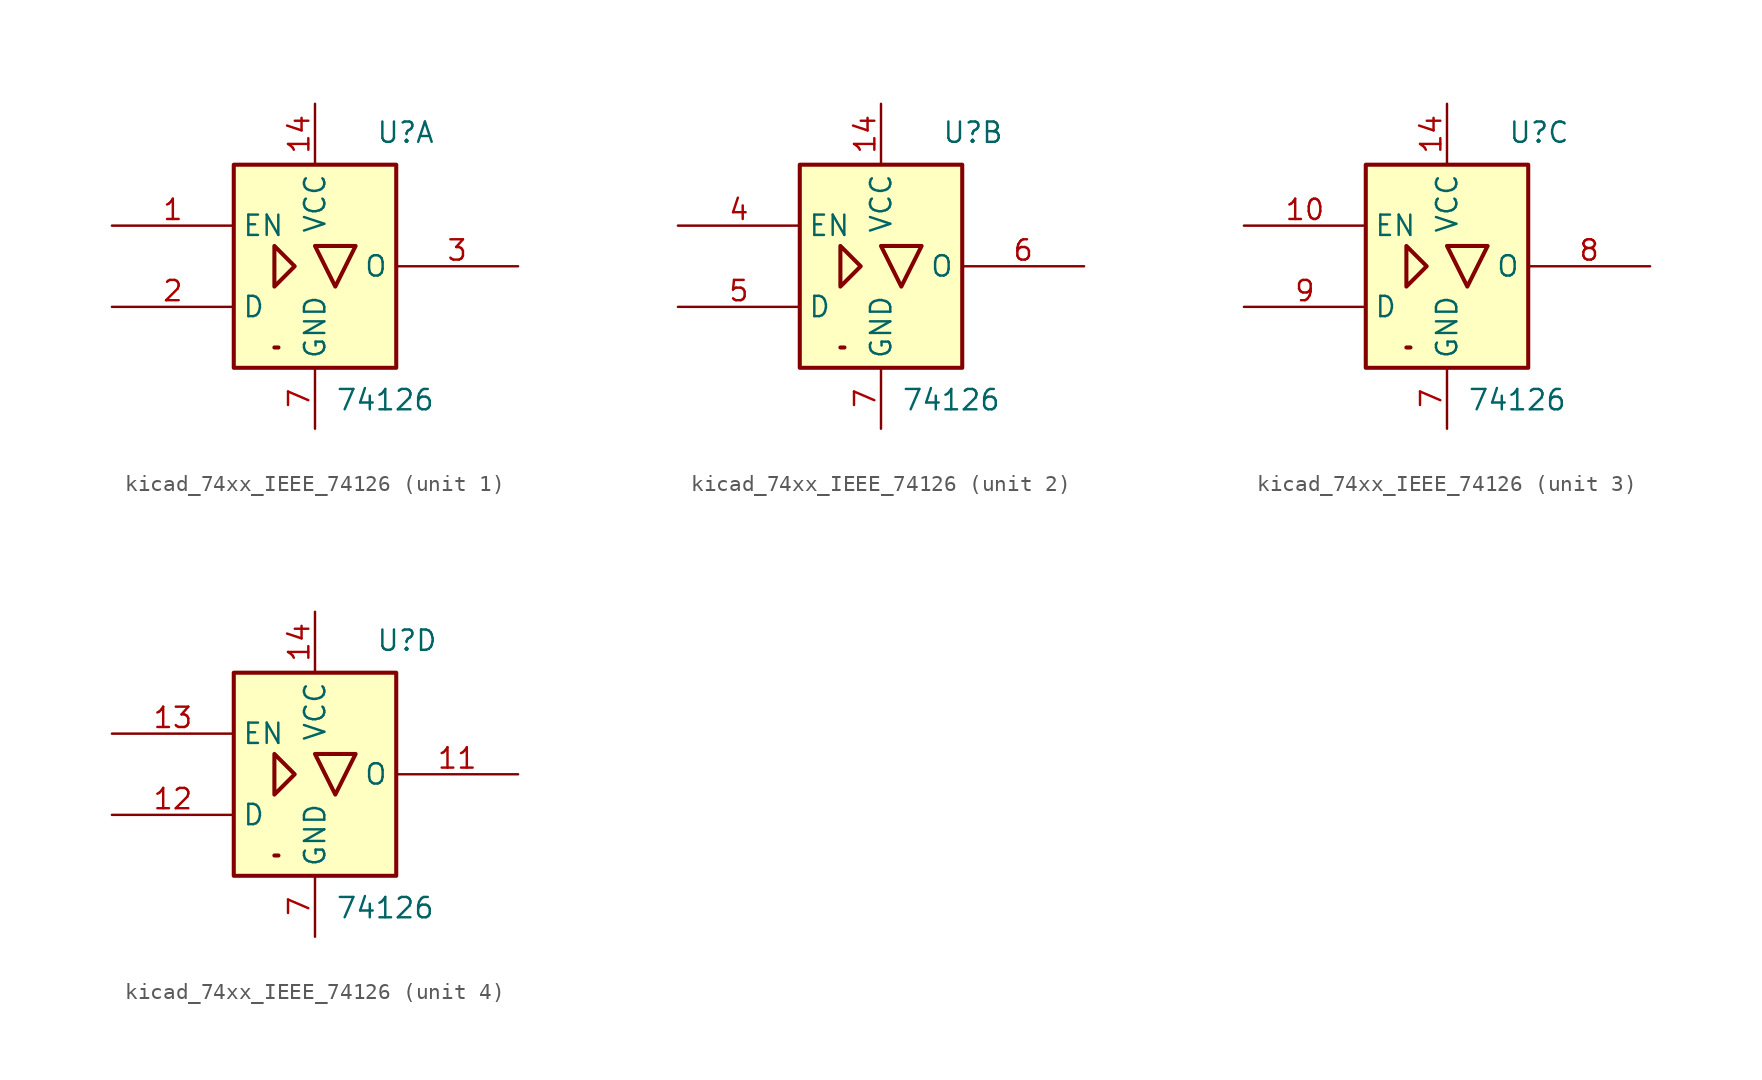
<source format=kicad_sym>
(kicad_symbol_lib
  (version 20220914)
  (generator kicad_symbol_editor)
  (symbol "kicad_74xx_IEEE_74126"
    (property "Reference" "U"
      (at 3.81 7.62 0)
      (effects (font (size 1.27 1.27)) (justify left bottom)))
    (property "Value" "74126"
      (at 1.27 -7.62 0)
      (effects (font (size 1.27 1.27)) (justify left top)))
    (symbol "kicad_74xx_IEEE_74126_0_0"
      (rectangle (start -2.286 -5.08) (end -2.54 -5.08) (stroke (width 0.254) (type default)) (fill (type background)))
      (pin power_in line (at 0 10.16 270) (length 3.81) (name "VCC" (effects (font (size 1.27 1.27)))) (number "14" (effects (font (size 1.27 1.27)))))
      (pin power_in line (at 0 -10.16 90) (length 3.81) (name "GND" (effects (font (size 1.27 1.27)))) (number "7" (effects (font (size 1.27 1.27))))))
    (symbol "kicad_74xx_IEEE_74126_0_1"
      (rectangle (start -5.08 6.35) (end 5.08 -6.35) (stroke (width 0.254) (type default)) (fill (type background)))
      (polyline (pts (xy -2.54 1.27) (xy -2.54 -1.27) (xy -1.27 0) (xy -2.54 1.27) (xy -2.54 1.27)) (stroke (width 0.254) (type default)) (fill (type background)))
      (polyline (pts (xy 0 1.27) (xy 2.54 1.27) (xy 1.27 -1.27) (xy 0 1.27) (xy 0 1.27)) (stroke (width 0.254) (type default)) (fill (type background))))
    (symbol "kicad_74xx_IEEE_74126_1_0"
      (pin input line (at -12.7 2.54 0) (length 7.62) (name "EN" (effects (font (size 1.27 1.27)))) (number "1" (effects (font (size 1.27 1.27))))))
    (symbol "kicad_74xx_IEEE_74126_1_1"
      (pin input line (at -12.7 -2.54 0) (length 7.62) (name "D" (effects (font (size 1.27 1.27)))) (number "2" (effects (font (size 1.27 1.27)))))
      (pin tri_state line (at 12.7 0 180) (length 7.62) (name "O" (effects (font (size 1.27 1.27)))) (number "3" (effects (font (size 1.27 1.27))))))
    (symbol "kicad_74xx_IEEE_74126_2_0"
      (pin input line (at -12.7 2.54 0) (length 7.62) (name "EN" (effects (font (size 1.27 1.27)))) (number "4" (effects (font (size 1.27 1.27))))))
    (symbol "kicad_74xx_IEEE_74126_2_1"
      (pin input line (at -12.7 -2.54 0) (length 7.62) (name "D" (effects (font (size 1.27 1.27)))) (number "5" (effects (font (size 1.27 1.27)))))
      (pin tri_state line (at 12.7 0 180) (length 7.62) (name "O" (effects (font (size 1.27 1.27)))) (number "6" (effects (font (size 1.27 1.27))))))
    (symbol "kicad_74xx_IEEE_74126_3_0"
      (pin input line (at -12.7 2.54 0) (length 7.62) (name "EN" (effects (font (size 1.27 1.27)))) (number "10" (effects (font (size 1.27 1.27))))))
    (symbol "kicad_74xx_IEEE_74126_3_1"
      (pin tri_state line (at 12.7 0 180) (length 7.62) (name "O" (effects (font (size 1.27 1.27)))) (number "8" (effects (font (size 1.27 1.27)))))
      (pin input line (at -12.7 -2.54 0) (length 7.62) (name "D" (effects (font (size 1.27 1.27)))) (number "9" (effects (font (size 1.27 1.27))))))
    (symbol "kicad_74xx_IEEE_74126_4_0"
      (pin input line (at -12.7 2.54 0) (length 7.62) (name "EN" (effects (font (size 1.27 1.27)))) (number "13" (effects (font (size 1.27 1.27))))))
    (symbol "kicad_74xx_IEEE_74126_4_1"
      (pin tri_state line (at 12.7 0 180) (length 7.62) (name "O" (effects (font (size 1.27 1.27)))) (number "11" (effects (font (size 1.27 1.27)))))
      (pin input line (at -12.7 -2.54 0) (length 7.62) (name "D" (effects (font (size 1.27 1.27)))) (number "12" (effects (font (size 1.27 1.27))))))))
</source>
